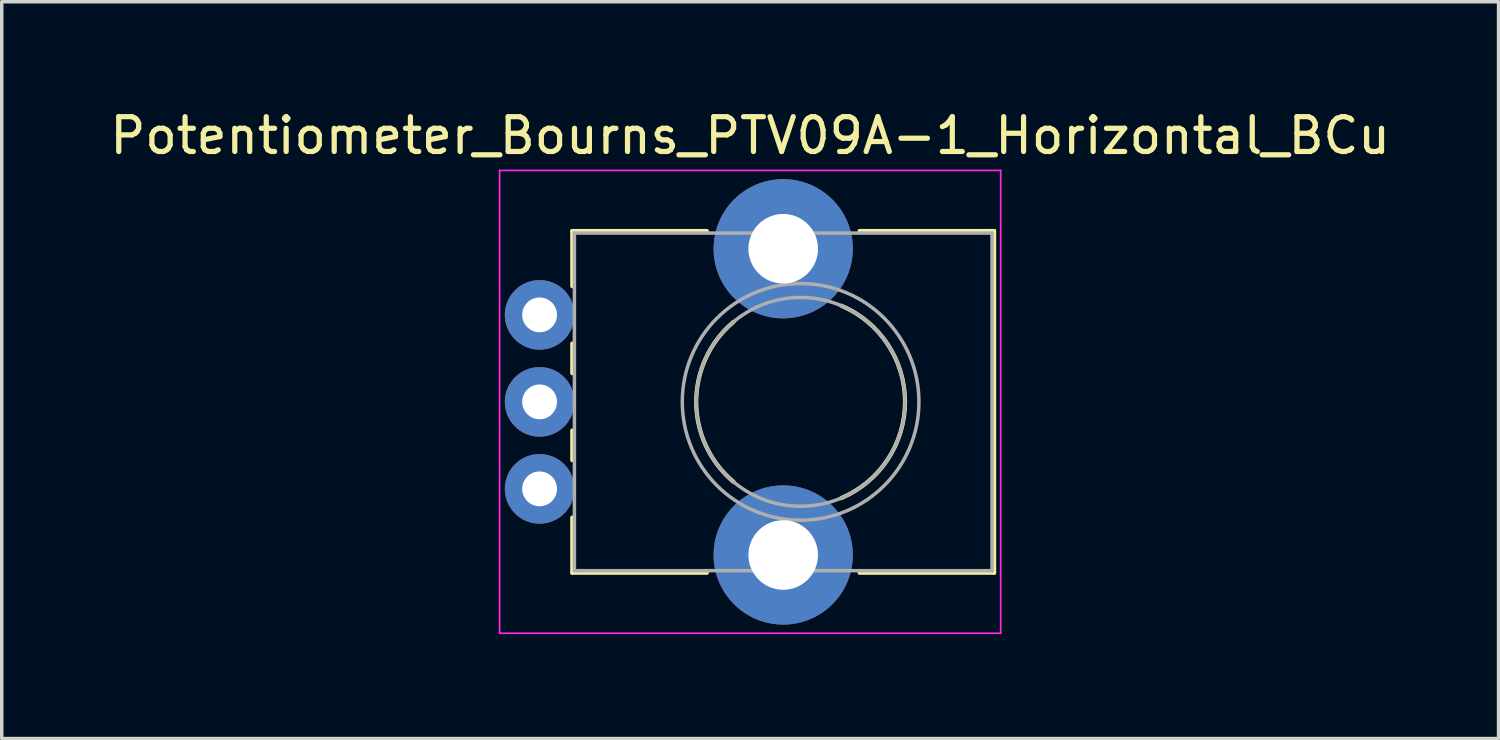
<source format=kicad_pcb>
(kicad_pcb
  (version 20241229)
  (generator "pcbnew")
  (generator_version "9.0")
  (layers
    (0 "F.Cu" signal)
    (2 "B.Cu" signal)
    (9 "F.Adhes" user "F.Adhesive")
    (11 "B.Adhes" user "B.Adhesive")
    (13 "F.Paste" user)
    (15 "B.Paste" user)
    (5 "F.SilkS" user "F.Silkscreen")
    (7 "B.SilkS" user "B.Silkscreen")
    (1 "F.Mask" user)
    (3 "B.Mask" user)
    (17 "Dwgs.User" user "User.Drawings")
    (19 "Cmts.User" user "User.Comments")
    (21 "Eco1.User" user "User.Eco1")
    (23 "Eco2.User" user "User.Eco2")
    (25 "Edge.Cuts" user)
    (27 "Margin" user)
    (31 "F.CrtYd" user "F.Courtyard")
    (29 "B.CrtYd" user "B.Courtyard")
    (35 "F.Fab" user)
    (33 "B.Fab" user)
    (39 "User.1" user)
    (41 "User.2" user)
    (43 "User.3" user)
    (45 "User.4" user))
  (footprint "Potentiometer_Bourns_PTV09A-1_Horizontal_BCu"
    (layer "F.Cu")
    (at 12.456 10.998)
    (property "Reference" "Potentiometer_Bourns_PTV09A-1_Horizontal_BCu" (at 6.05 -10.15 0) (layer "F.SilkS") (effects (font (size 1 1) (thickness 0.15))))
    (attr through_hole)
    (fp_line (start 0.94 -7.41) (end 0.94 -5.825) (stroke (width 0.12) (type solid)) (layer "F.SilkS"))
    (fp_line (start 0.94 -7.41) (end 4.806 -7.41) (stroke (width 0.12) (type solid)) (layer "F.SilkS"))
    (fp_line (start 0.94 -4.175) (end 0.94 -3.325) (stroke (width 0.12) (type solid)) (layer "F.SilkS"))
    (fp_line (start 0.94 -1.675) (end 0.94 -0.825) (stroke (width 0.12) (type solid)) (layer "F.SilkS"))
    (fp_line (start 0.94 0.825) (end 0.94 2.41) (stroke (width 0.12) (type solid)) (layer "F.SilkS"))
    (fp_line (start 0.94 2.41) (end 4.806 2.41) (stroke (width 0.12) (type solid)) (layer "F.SilkS"))
    (fp_line (start 9.195 -7.41) (end 13.06 -7.41) (stroke (width 0.12) (type solid)) (layer "F.SilkS"))
    (fp_line (start 9.195 2.41) (end 13.06 2.41) (stroke (width 0.12) (type solid)) (layer "F.SilkS"))
    (fp_line (start 13.06 -7.41) (end 13.06 2.41) (stroke (width 0.12) (type solid)) (layer "F.SilkS"))
    (fp_arc (start 5.571705 -0.202247) (mid 4.500335 -2.500192) (end 5.572 -4.798) (stroke (width 0.12) (type solid)) (layer "F.SilkS"))
    (fp_arc (start 8.671982 -5.262432) (mid 10.500762 -2.500553) (end 8.673 0.262) (stroke (width 0.12) (type solid)) (layer "F.SilkS"))
    (fp_line (start -1.15 -9.15) (end -1.15 4.15) (stroke (width 0.05) (type solid)) (layer "F.CrtYd"))
    (fp_line (start -1.15 4.15) (end 13.25 4.15) (stroke (width 0.05) (type solid)) (layer "F.CrtYd"))
    (fp_line (start 13.25 -9.15) (end -1.15 -9.15) (stroke (width 0.05) (type solid)) (layer "F.CrtYd"))
    (fp_line (start 13.25 4.15) (end 13.25 -9.15) (stroke (width 0.05) (type solid)) (layer "F.CrtYd"))
    (fp_line (start 1 -7.35) (end 1 2.35) (stroke (width 0.1) (type solid)) (layer "F.Fab"))
    (fp_line (start 1 2.35) (end 13 2.35) (stroke (width 0.1) (type solid)) (layer "F.Fab"))
    (fp_line (start 13 -7.35) (end 1 -7.35) (stroke (width 0.1) (type solid)) (layer "F.Fab"))
    (fp_line (start 13 2.35) (end 13 -7.35) (stroke (width 0.1) (type solid)) (layer "F.Fab"))
    (fp_circle (center 7.5 -2.5) (end 10.5 -2.5) (stroke (width 0.1) (type solid)) (fill no) (layer "F.Fab"))
    (fp_circle (center 7.5 -2.5) (end 10.9 -2.5) (stroke (width 0.1) (type solid)) (fill no) (layer "F.Fab"))
    (pad "" np_thru_hole circle (at 7 -6.9) (size 4 4) (drill 2) (layers "*.Cu" "*.Mask"))
    (pad "" np_thru_hole circle (at 7 1.9) (size 4 4) (drill 2) (layers "*.Cu" "*.Mask"))
    (pad "1" thru_hole circle (at 0 0) (size 2 2) (drill 1) (layers "*.Mask" "B.Cu"))
    (pad "2" thru_hole circle (at 0 -2.5) (size 2 2) (drill 1) (layers "*.Mask" "B.Cu"))
    (pad "3" thru_hole circle (at 0 -5) (size 2 2) (drill 1) (layers "*.Mask" "B.Cu")))
  (gr_rect
    (start -3 -3)
    (end 40.012 18.173)
    (stroke (width 0.1) (type default))
    (fill no)
    (layer "Edge.Cuts")))
</source>
